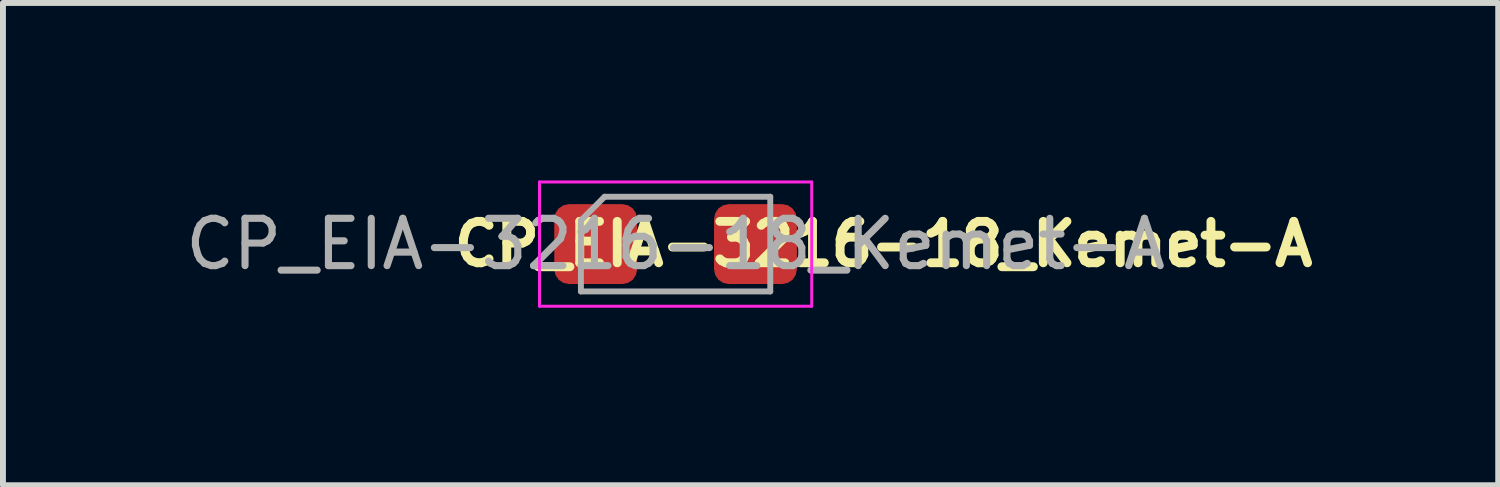
<source format=kicad_pcb>
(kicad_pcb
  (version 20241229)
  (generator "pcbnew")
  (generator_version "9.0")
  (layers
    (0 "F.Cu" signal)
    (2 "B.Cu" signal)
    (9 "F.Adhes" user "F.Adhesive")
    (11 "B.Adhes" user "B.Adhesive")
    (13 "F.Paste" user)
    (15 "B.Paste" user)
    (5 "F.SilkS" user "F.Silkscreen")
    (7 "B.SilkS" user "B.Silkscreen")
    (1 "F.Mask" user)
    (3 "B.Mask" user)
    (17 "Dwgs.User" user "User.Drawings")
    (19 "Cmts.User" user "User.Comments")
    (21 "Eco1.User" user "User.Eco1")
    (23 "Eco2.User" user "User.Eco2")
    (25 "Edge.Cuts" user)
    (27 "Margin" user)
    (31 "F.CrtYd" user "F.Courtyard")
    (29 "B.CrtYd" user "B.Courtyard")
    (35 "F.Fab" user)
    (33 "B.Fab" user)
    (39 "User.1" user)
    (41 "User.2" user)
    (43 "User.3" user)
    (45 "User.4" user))
  (footprint "CP_EIA-3216-18_Kemet-A"
    (layer "F.Cu")
    (at 8.367 1.075)
    (property "Reference" "CP_EIA-3216-18_Kemet-A" (at 3.514 0 180) (layer "F.SilkS") (effects (font (size 0.7 0.7) (thickness 0.15))))
    (attr smd)
    (fp_line (start -2.3 -1.05) (end 2.3 -1.05) (stroke (width 0.05) (type solid)) (layer "F.CrtYd"))
    (fp_line (start -2.3 1.05) (end -2.3 -1.05) (stroke (width 0.05) (type solid)) (layer "F.CrtYd"))
    (fp_line (start 2.3 -1.05) (end 2.3 1.05) (stroke (width 0.05) (type solid)) (layer "F.CrtYd"))
    (fp_line (start 2.3 1.05) (end -2.3 1.05) (stroke (width 0.05) (type solid)) (layer "F.CrtYd"))
    (fp_line (start -1.6 -0.4) (end -1.6 0.8) (stroke (width 0.1) (type solid)) (layer "F.Fab"))
    (fp_line (start -1.6 0.8) (end 1.6 0.8) (stroke (width 0.1) (type solid)) (layer "F.Fab"))
    (fp_line (start -1.2 -0.8) (end -1.6 -0.4) (stroke (width 0.1) (type solid)) (layer "F.Fab"))
    (fp_line (start 1.6 -0.8) (end -1.2 -0.8) (stroke (width 0.1) (type solid)) (layer "F.Fab"))
    (fp_line (start 1.6 0.8) (end 1.6 -0.8) (stroke (width 0.1) (type solid)) (layer "F.Fab"))
    (fp_text user "${REFERENCE}" (at 0 0 180) (layer "F.Fab") (effects (font (size 0.8 0.8) (thickness 0.12))))
    (pad "1" smd roundrect (at -1.35 0) (size 1.4 1.35) (layers "F.Cu" "F.Mask" "F.Paste") (roundrect_rratio 0.185))
    (pad "2" smd roundrect (at 1.35 0) (size 1.4 1.35) (layers "F.Cu" "F.Mask" "F.Paste") (roundrect_rratio 0.185)))
  (gr_rect
    (start -3 -3)
    (end 22.269 5.15)
    (stroke (width 0.1) (type default))
    (fill no)
    (layer "Edge.Cuts")))
</source>
